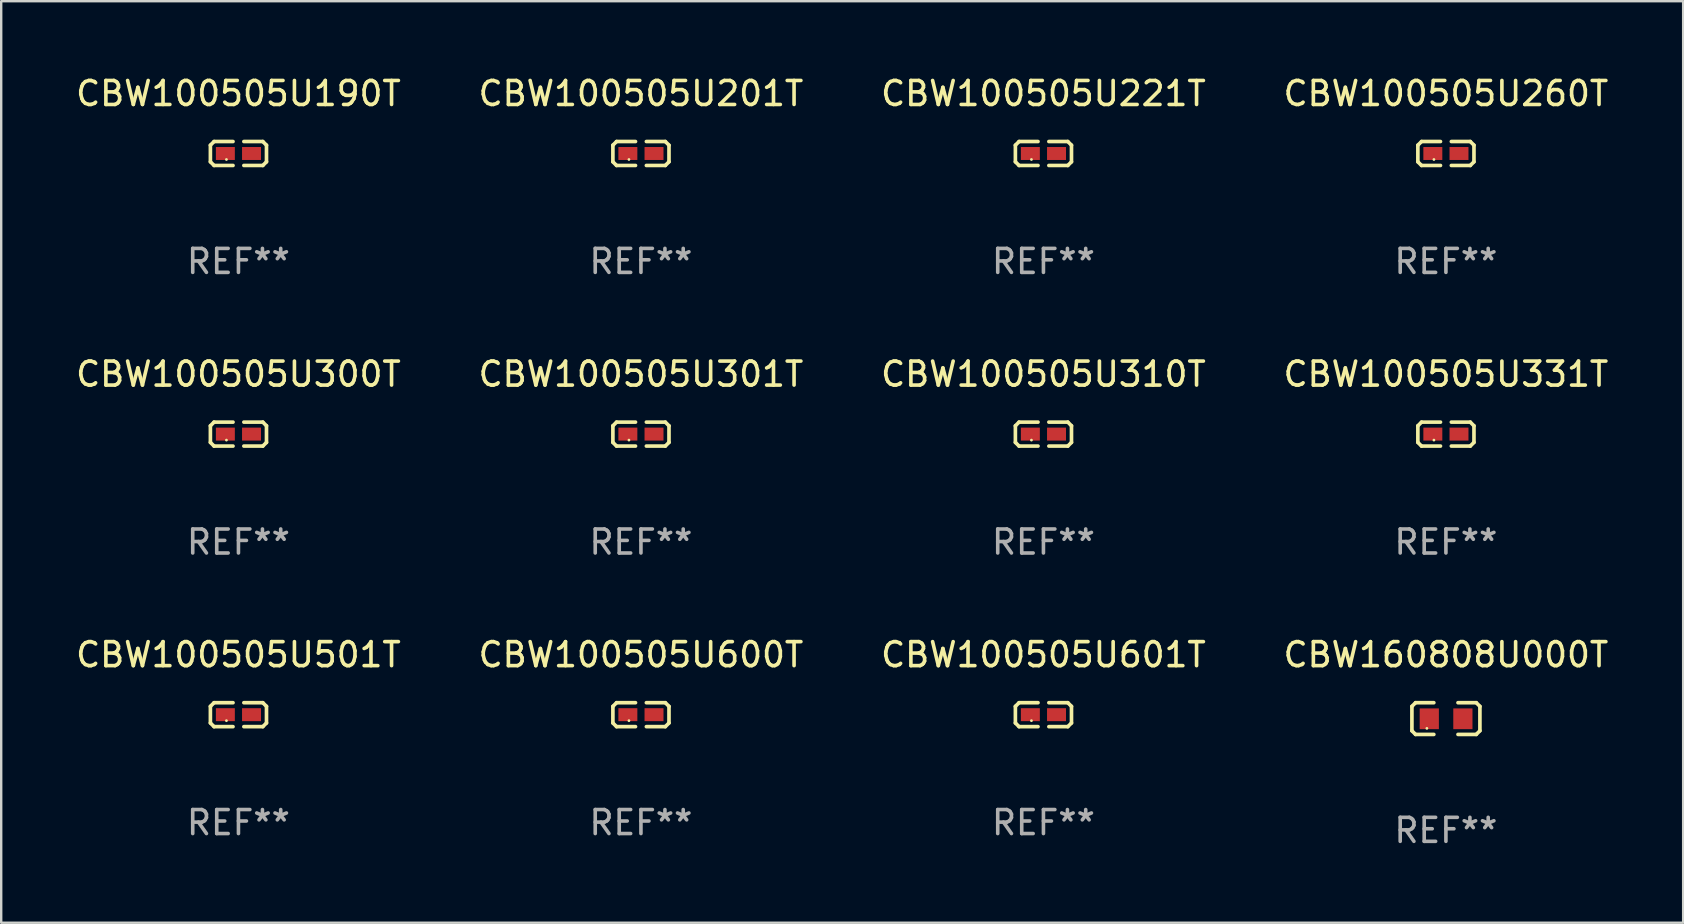
<source format=kicad_pcb>
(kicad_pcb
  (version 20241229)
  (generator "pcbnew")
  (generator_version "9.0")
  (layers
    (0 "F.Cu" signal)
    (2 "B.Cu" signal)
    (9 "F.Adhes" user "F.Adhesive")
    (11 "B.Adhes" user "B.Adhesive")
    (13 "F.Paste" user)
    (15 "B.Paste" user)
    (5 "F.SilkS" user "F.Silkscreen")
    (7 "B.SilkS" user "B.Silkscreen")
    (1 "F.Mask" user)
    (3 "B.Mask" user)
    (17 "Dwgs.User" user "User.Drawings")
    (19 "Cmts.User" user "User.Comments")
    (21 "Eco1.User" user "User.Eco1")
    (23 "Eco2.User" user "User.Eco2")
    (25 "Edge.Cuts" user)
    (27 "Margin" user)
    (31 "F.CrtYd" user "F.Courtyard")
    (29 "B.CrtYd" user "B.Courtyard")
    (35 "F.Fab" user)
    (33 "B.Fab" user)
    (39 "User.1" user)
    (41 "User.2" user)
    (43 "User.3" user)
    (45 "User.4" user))
  (footprint "CBW100505U310T"
    (layer "F.Cu")
    (at 40.435 15.041)
    (property "Reference" "CBW100505U310T" (at 0 -2.499 0) (layer "F.SilkS") (effects (font (size 1 1) (thickness 0.15))))
    (attr through_hole)
    (fp_line (start -1.169 -0.346) (end -1.016 -0.499) (stroke (width 0.152) (type solid)) (layer "F.SilkS"))
    (fp_line (start -1.169 0.346) (end -1.169 -0.346) (stroke (width 0.152) (type solid)) (layer "F.SilkS"))
    (fp_line (start -1.016 -0.499) (end -0.226 -0.499) (stroke (width 0.152) (type solid)) (layer "F.SilkS"))
    (fp_line (start -1.016 0.499) (end -1.169 0.346) (stroke (width 0.152) (type solid)) (layer "F.SilkS"))
    (fp_line (start -0.226 0.499) (end -1.016 0.499) (stroke (width 0.152) (type solid)) (layer "F.SilkS"))
    (fp_line (start 0.226 0.499) (end 1.016 0.499) (stroke (width 0.152) (type solid)) (layer "F.SilkS"))
    (fp_line (start 1.016 -0.499) (end 0.226 -0.499) (stroke (width 0.152) (type solid)) (layer "F.SilkS"))
    (fp_line (start 1.016 0.499) (end 1.169 0.346) (stroke (width 0.152) (type solid)) (layer "F.SilkS"))
    (fp_line (start 1.169 -0.346) (end 1.016 -0.499) (stroke (width 0.152) (type solid)) (layer "F.SilkS"))
    (fp_line (start 1.169 0.346) (end 1.169 -0.346) (stroke (width 0.152) (type solid)) (layer "F.SilkS"))
    (fp_circle (center -0.5 0.25) (end -0.47 0.25) (stroke (width 0.06) (type solid)) (fill no) (layer "F.SilkS"))
    (fp_text user "REF**" (at 0 4.499 0) (layer "F.Fab") (effects (font (size 1 1) (thickness 0.15))))
    (pad "1" smd rect (at -0.545 0) (size 0.79 0.54) (layers "F.Cu" "F.Mask" "F.Paste"))
    (pad "2" smd rect (at 0.545 0) (size 0.79 0.54) (layers "F.Cu" "F.Mask" "F.Paste")))
  (footprint "CBW100505U331T"
    (layer "F.Cu")
    (at 57.208 15.041)
    (property "Reference" "CBW100505U331T" (at 0 -2.499 0) (layer "F.SilkS") (effects (font (size 1 1) (thickness 0.15))))
    (attr through_hole)
    (fp_line (start -1.169 -0.346) (end -1.016 -0.499) (stroke (width 0.152) (type solid)) (layer "F.SilkS"))
    (fp_line (start -1.169 0.346) (end -1.169 -0.346) (stroke (width 0.152) (type solid)) (layer "F.SilkS"))
    (fp_line (start -1.016 -0.499) (end -0.226 -0.499) (stroke (width 0.152) (type solid)) (layer "F.SilkS"))
    (fp_line (start -1.016 0.499) (end -1.169 0.346) (stroke (width 0.152) (type solid)) (layer "F.SilkS"))
    (fp_line (start -0.226 0.499) (end -1.016 0.499) (stroke (width 0.152) (type solid)) (layer "F.SilkS"))
    (fp_line (start 0.226 0.499) (end 1.016 0.499) (stroke (width 0.152) (type solid)) (layer "F.SilkS"))
    (fp_line (start 1.016 -0.499) (end 0.226 -0.499) (stroke (width 0.152) (type solid)) (layer "F.SilkS"))
    (fp_line (start 1.016 0.499) (end 1.169 0.346) (stroke (width 0.152) (type solid)) (layer "F.SilkS"))
    (fp_line (start 1.169 -0.346) (end 1.016 -0.499) (stroke (width 0.152) (type solid)) (layer "F.SilkS"))
    (fp_line (start 1.169 0.346) (end 1.169 -0.346) (stroke (width 0.152) (type solid)) (layer "F.SilkS"))
    (fp_circle (center -0.5 0.25) (end -0.47 0.25) (stroke (width 0.06) (type solid)) (fill no) (layer "F.SilkS"))
    (fp_text user "REF**" (at 0 4.499 0) (layer "F.Fab") (effects (font (size 1 1) (thickness 0.15))))
    (pad "1" smd rect (at -0.545 0) (size 0.79 0.54) (layers "F.Cu" "F.Mask" "F.Paste"))
    (pad "2" smd rect (at 0.545 0) (size 0.79 0.54) (layers "F.Cu" "F.Mask" "F.Paste")))
  (footprint "CBW100505U201T"
    (layer "F.Cu")
    (at 23.661 3.347)
    (property "Reference" "CBW100505U201T" (at 0 -2.499 0) (layer "F.SilkS") (effects (font (size 1 1) (thickness 0.15))))
    (attr through_hole)
    (fp_line (start -1.169 -0.346) (end -1.016 -0.499) (stroke (width 0.152) (type solid)) (layer "F.SilkS"))
    (fp_line (start -1.169 0.346) (end -1.169 -0.346) (stroke (width 0.152) (type solid)) (layer "F.SilkS"))
    (fp_line (start -1.016 -0.499) (end -0.226 -0.499) (stroke (width 0.152) (type solid)) (layer "F.SilkS"))
    (fp_line (start -1.016 0.499) (end -1.169 0.346) (stroke (width 0.152) (type solid)) (layer "F.SilkS"))
    (fp_line (start -0.226 0.499) (end -1.016 0.499) (stroke (width 0.152) (type solid)) (layer "F.SilkS"))
    (fp_line (start 0.226 0.499) (end 1.016 0.499) (stroke (width 0.152) (type solid)) (layer "F.SilkS"))
    (fp_line (start 1.016 -0.499) (end 0.226 -0.499) (stroke (width 0.152) (type solid)) (layer "F.SilkS"))
    (fp_line (start 1.016 0.499) (end 1.169 0.346) (stroke (width 0.152) (type solid)) (layer "F.SilkS"))
    (fp_line (start 1.169 -0.346) (end 1.016 -0.499) (stroke (width 0.152) (type solid)) (layer "F.SilkS"))
    (fp_line (start 1.169 0.346) (end 1.169 -0.346) (stroke (width 0.152) (type solid)) (layer "F.SilkS"))
    (fp_circle (center -0.5 0.25) (end -0.47 0.25) (stroke (width 0.06) (type solid)) (fill no) (layer "F.SilkS"))
    (fp_text user "REF**" (at 0 4.499 0) (layer "F.Fab") (effects (font (size 1 1) (thickness 0.15))))
    (pad "1" smd rect (at -0.545 0) (size 0.79 0.54) (layers "F.Cu" "F.Mask" "F.Paste"))
    (pad "2" smd rect (at 0.545 0) (size 0.79 0.54) (layers "F.Cu" "F.Mask" "F.Paste")))
  (footprint "CBW100505U300T"
    (layer "F.Cu")
    (at 6.887 15.041)
    (property "Reference" "CBW100505U300T" (at 0 -2.499 0) (layer "F.SilkS") (effects (font (size 1 1) (thickness 0.15))))
    (attr through_hole)
    (fp_line (start -1.169 -0.346) (end -1.016 -0.499) (stroke (width 0.152) (type solid)) (layer "F.SilkS"))
    (fp_line (start -1.169 0.346) (end -1.169 -0.346) (stroke (width 0.152) (type solid)) (layer "F.SilkS"))
    (fp_line (start -1.016 -0.499) (end -0.226 -0.499) (stroke (width 0.152) (type solid)) (layer "F.SilkS"))
    (fp_line (start -1.016 0.499) (end -1.169 0.346) (stroke (width 0.152) (type solid)) (layer "F.SilkS"))
    (fp_line (start -0.226 0.499) (end -1.016 0.499) (stroke (width 0.152) (type solid)) (layer "F.SilkS"))
    (fp_line (start 0.226 0.499) (end 1.016 0.499) (stroke (width 0.152) (type solid)) (layer "F.SilkS"))
    (fp_line (start 1.016 -0.499) (end 0.226 -0.499) (stroke (width 0.152) (type solid)) (layer "F.SilkS"))
    (fp_line (start 1.016 0.499) (end 1.169 0.346) (stroke (width 0.152) (type solid)) (layer "F.SilkS"))
    (fp_line (start 1.169 -0.346) (end 1.016 -0.499) (stroke (width 0.152) (type solid)) (layer "F.SilkS"))
    (fp_line (start 1.169 0.346) (end 1.169 -0.346) (stroke (width 0.152) (type solid)) (layer "F.SilkS"))
    (fp_circle (center -0.5 0.25) (end -0.47 0.25) (stroke (width 0.06) (type solid)) (fill no) (layer "F.SilkS"))
    (fp_text user "REF**" (at 0 4.499 0) (layer "F.Fab") (effects (font (size 1 1) (thickness 0.15))))
    (pad "1" smd rect (at -0.545 0) (size 0.79 0.54) (layers "F.Cu" "F.Mask" "F.Paste"))
    (pad "2" smd rect (at 0.545 0) (size 0.79 0.54) (layers "F.Cu" "F.Mask" "F.Paste")))
  (footprint "CBW100505U260T"
    (layer "F.Cu")
    (at 57.208 3.347)
    (property "Reference" "CBW100505U260T" (at 0 -2.499 0) (layer "F.SilkS") (effects (font (size 1 1) (thickness 0.15))))
    (attr through_hole)
    (fp_line (start -1.169 -0.346) (end -1.016 -0.499) (stroke (width 0.152) (type solid)) (layer "F.SilkS"))
    (fp_line (start -1.169 0.346) (end -1.169 -0.346) (stroke (width 0.152) (type solid)) (layer "F.SilkS"))
    (fp_line (start -1.016 -0.499) (end -0.226 -0.499) (stroke (width 0.152) (type solid)) (layer "F.SilkS"))
    (fp_line (start -1.016 0.499) (end -1.169 0.346) (stroke (width 0.152) (type solid)) (layer "F.SilkS"))
    (fp_line (start -0.226 0.499) (end -1.016 0.499) (stroke (width 0.152) (type solid)) (layer "F.SilkS"))
    (fp_line (start 0.226 0.499) (end 1.016 0.499) (stroke (width 0.152) (type solid)) (layer "F.SilkS"))
    (fp_line (start 1.016 -0.499) (end 0.226 -0.499) (stroke (width 0.152) (type solid)) (layer "F.SilkS"))
    (fp_line (start 1.016 0.499) (end 1.169 0.346) (stroke (width 0.152) (type solid)) (layer "F.SilkS"))
    (fp_line (start 1.169 -0.346) (end 1.016 -0.499) (stroke (width 0.152) (type solid)) (layer "F.SilkS"))
    (fp_line (start 1.169 0.346) (end 1.169 -0.346) (stroke (width 0.152) (type solid)) (layer "F.SilkS"))
    (fp_circle (center -0.5 0.25) (end -0.47 0.25) (stroke (width 0.06) (type solid)) (fill no) (layer "F.SilkS"))
    (fp_text user "REF**" (at 0 4.499 0) (layer "F.Fab") (effects (font (size 1 1) (thickness 0.15))))
    (pad "1" smd rect (at -0.545 0) (size 0.79 0.54) (layers "F.Cu" "F.Mask" "F.Paste"))
    (pad "2" smd rect (at 0.545 0) (size 0.79 0.54) (layers "F.Cu" "F.Mask" "F.Paste")))
  (footprint "CBW100505U190T"
    (layer "F.Cu")
    (at 6.887 3.347)
    (property "Reference" "CBW100505U190T" (at 0 -2.499 0) (layer "F.SilkS") (effects (font (size 1 1) (thickness 0.15))))
    (attr through_hole)
    (fp_line (start -1.169 -0.346) (end -1.016 -0.499) (stroke (width 0.152) (type solid)) (layer "F.SilkS"))
    (fp_line (start -1.169 0.346) (end -1.169 -0.346) (stroke (width 0.152) (type solid)) (layer "F.SilkS"))
    (fp_line (start -1.016 -0.499) (end -0.226 -0.499) (stroke (width 0.152) (type solid)) (layer "F.SilkS"))
    (fp_line (start -1.016 0.499) (end -1.169 0.346) (stroke (width 0.152) (type solid)) (layer "F.SilkS"))
    (fp_line (start -0.226 0.499) (end -1.016 0.499) (stroke (width 0.152) (type solid)) (layer "F.SilkS"))
    (fp_line (start 0.226 0.499) (end 1.016 0.499) (stroke (width 0.152) (type solid)) (layer "F.SilkS"))
    (fp_line (start 1.016 -0.499) (end 0.226 -0.499) (stroke (width 0.152) (type solid)) (layer "F.SilkS"))
    (fp_line (start 1.016 0.499) (end 1.169 0.346) (stroke (width 0.152) (type solid)) (layer "F.SilkS"))
    (fp_line (start 1.169 -0.346) (end 1.016 -0.499) (stroke (width 0.152) (type solid)) (layer "F.SilkS"))
    (fp_line (start 1.169 0.346) (end 1.169 -0.346) (stroke (width 0.152) (type solid)) (layer "F.SilkS"))
    (fp_circle (center -0.5 0.25) (end -0.47 0.25) (stroke (width 0.06) (type solid)) (fill no) (layer "F.SilkS"))
    (fp_text user "REF**" (at 0 4.499 0) (layer "F.Fab") (effects (font (size 1 1) (thickness 0.15))))
    (pad "1" smd rect (at -0.545 0) (size 0.79 0.54) (layers "F.Cu" "F.Mask" "F.Paste"))
    (pad "2" smd rect (at 0.545 0) (size 0.79 0.54) (layers "F.Cu" "F.Mask" "F.Paste")))
  (footprint "CBW100505U601T"
    (layer "F.Cu")
    (at 40.435 26.734)
    (property "Reference" "CBW100505U601T" (at 0 -2.499 0) (layer "F.SilkS") (effects (font (size 1 1) (thickness 0.15))))
    (attr through_hole)
    (fp_line (start -1.169 -0.346) (end -1.016 -0.499) (stroke (width 0.152) (type solid)) (layer "F.SilkS"))
    (fp_line (start -1.169 0.346) (end -1.169 -0.346) (stroke (width 0.152) (type solid)) (layer "F.SilkS"))
    (fp_line (start -1.016 -0.499) (end -0.226 -0.499) (stroke (width 0.152) (type solid)) (layer "F.SilkS"))
    (fp_line (start -1.016 0.499) (end -1.169 0.346) (stroke (width 0.152) (type solid)) (layer "F.SilkS"))
    (fp_line (start -0.226 0.499) (end -1.016 0.499) (stroke (width 0.152) (type solid)) (layer "F.SilkS"))
    (fp_line (start 0.226 0.499) (end 1.016 0.499) (stroke (width 0.152) (type solid)) (layer "F.SilkS"))
    (fp_line (start 1.016 -0.499) (end 0.226 -0.499) (stroke (width 0.152) (type solid)) (layer "F.SilkS"))
    (fp_line (start 1.016 0.499) (end 1.169 0.346) (stroke (width 0.152) (type solid)) (layer "F.SilkS"))
    (fp_line (start 1.169 -0.346) (end 1.016 -0.499) (stroke (width 0.152) (type solid)) (layer "F.SilkS"))
    (fp_line (start 1.169 0.346) (end 1.169 -0.346) (stroke (width 0.152) (type solid)) (layer "F.SilkS"))
    (fp_circle (center -0.5 0.25) (end -0.47 0.25) (stroke (width 0.06) (type solid)) (fill no) (layer "F.SilkS"))
    (fp_text user "REF**" (at 0 4.499 0) (layer "F.Fab") (effects (font (size 1 1) (thickness 0.15))))
    (pad "1" smd rect (at -0.545 0) (size 0.79 0.54) (layers "F.Cu" "F.Mask" "F.Paste"))
    (pad "2" smd rect (at 0.545 0) (size 0.79 0.54) (layers "F.Cu" "F.Mask" "F.Paste")))
  (footprint "CBW100505U301T"
    (layer "F.Cu")
    (at 23.661 15.041)
    (property "Reference" "CBW100505U301T" (at 0 -2.499 0) (layer "F.SilkS") (effects (font (size 1 1) (thickness 0.15))))
    (attr through_hole)
    (fp_line (start -1.169 -0.346) (end -1.016 -0.499) (stroke (width 0.152) (type solid)) (layer "F.SilkS"))
    (fp_line (start -1.169 0.346) (end -1.169 -0.346) (stroke (width 0.152) (type solid)) (layer "F.SilkS"))
    (fp_line (start -1.016 -0.499) (end -0.226 -0.499) (stroke (width 0.152) (type solid)) (layer "F.SilkS"))
    (fp_line (start -1.016 0.499) (end -1.169 0.346) (stroke (width 0.152) (type solid)) (layer "F.SilkS"))
    (fp_line (start -0.226 0.499) (end -1.016 0.499) (stroke (width 0.152) (type solid)) (layer "F.SilkS"))
    (fp_line (start 0.226 0.499) (end 1.016 0.499) (stroke (width 0.152) (type solid)) (layer "F.SilkS"))
    (fp_line (start 1.016 -0.499) (end 0.226 -0.499) (stroke (width 0.152) (type solid)) (layer "F.SilkS"))
    (fp_line (start 1.016 0.499) (end 1.169 0.346) (stroke (width 0.152) (type solid)) (layer "F.SilkS"))
    (fp_line (start 1.169 -0.346) (end 1.016 -0.499) (stroke (width 0.152) (type solid)) (layer "F.SilkS"))
    (fp_line (start 1.169 0.346) (end 1.169 -0.346) (stroke (width 0.152) (type solid)) (layer "F.SilkS"))
    (fp_circle (center -0.5 0.25) (end -0.47 0.25) (stroke (width 0.06) (type solid)) (fill no) (layer "F.SilkS"))
    (fp_text user "REF**" (at 0 4.499 0) (layer "F.Fab") (effects (font (size 1 1) (thickness 0.15))))
    (pad "1" smd rect (at -0.545 0) (size 0.79 0.54) (layers "F.Cu" "F.Mask" "F.Paste"))
    (pad "2" smd rect (at 0.545 0) (size 0.79 0.54) (layers "F.Cu" "F.Mask" "F.Paste")))
  (footprint "CBW160808U000T"
    (layer "F.Cu")
    (at 57.208 26.896)
    (property "Reference" "CBW160808U000T" (at 0 -2.661 0) (layer "F.SilkS") (effects (font (size 1 1) (thickness 0.15))))
    (attr through_hole)
    (fp_line (start -1.417 -0.508) (end -1.265 -0.661) (stroke (width 0.152) (type solid)) (layer "F.SilkS"))
    (fp_line (start -1.417 0.508) (end -1.417 -0.508) (stroke (width 0.152) (type solid)) (layer "F.SilkS"))
    (fp_line (start -1.265 -0.661) (end -0.503 -0.661) (stroke (width 0.152) (type solid)) (layer "F.SilkS"))
    (fp_line (start -1.265 0.661) (end -1.417 0.508) (stroke (width 0.152) (type solid)) (layer "F.SilkS"))
    (fp_line (start -1.265 0.661) (end -0.503 0.661) (stroke (width 0.152) (type solid)) (layer "F.SilkS"))
    (fp_line (start 1.265 -0.661) (end 0.503 -0.661) (stroke (width 0.152) (type solid)) (layer "F.SilkS"))
    (fp_line (start 1.265 -0.661) (end 1.417 -0.508) (stroke (width 0.152) (type solid)) (layer "F.SilkS"))
    (fp_line (start 1.265 0.661) (end 0.503 0.661) (stroke (width 0.152) (type solid)) (layer "F.SilkS"))
    (fp_line (start 1.417 -0.508) (end 1.417 0.508) (stroke (width 0.152) (type solid)) (layer "F.SilkS"))
    (fp_line (start 1.417 0.508) (end 1.265 0.661) (stroke (width 0.152) (type solid)) (layer "F.SilkS"))
    (fp_circle (center -0.793 0.409) (end -0.763 0.409) (stroke (width 0.06) (type solid)) (fill no) (layer "F.SilkS"))
    (fp_text user "REF**" (at 0 4.661 0) (layer "F.Fab") (effects (font (size 1 1) (thickness 0.15))))
    (pad "1" smd rect (at -0.693 0.009 180) (size 0.8 0.864) (layers "F.Cu" "F.Mask" "F.Paste"))
    (pad "2" smd rect (at 0.707 0.009 180) (size 0.8 0.864) (layers "F.Cu" "F.Mask" "F.Paste")))
  (footprint "CBW100505U221T"
    (layer "F.Cu")
    (at 40.435 3.347)
    (property "Reference" "CBW100505U221T" (at 0 -2.499 0) (layer "F.SilkS") (effects (font (size 1 1) (thickness 0.15))))
    (attr through_hole)
    (fp_line (start -1.169 -0.346) (end -1.016 -0.499) (stroke (width 0.152) (type solid)) (layer "F.SilkS"))
    (fp_line (start -1.169 0.346) (end -1.169 -0.346) (stroke (width 0.152) (type solid)) (layer "F.SilkS"))
    (fp_line (start -1.016 -0.499) (end -0.226 -0.499) (stroke (width 0.152) (type solid)) (layer "F.SilkS"))
    (fp_line (start -1.016 0.499) (end -1.169 0.346) (stroke (width 0.152) (type solid)) (layer "F.SilkS"))
    (fp_line (start -0.226 0.499) (end -1.016 0.499) (stroke (width 0.152) (type solid)) (layer "F.SilkS"))
    (fp_line (start 0.226 0.499) (end 1.016 0.499) (stroke (width 0.152) (type solid)) (layer "F.SilkS"))
    (fp_line (start 1.016 -0.499) (end 0.226 -0.499) (stroke (width 0.152) (type solid)) (layer "F.SilkS"))
    (fp_line (start 1.016 0.499) (end 1.169 0.346) (stroke (width 0.152) (type solid)) (layer "F.SilkS"))
    (fp_line (start 1.169 -0.346) (end 1.016 -0.499) (stroke (width 0.152) (type solid)) (layer "F.SilkS"))
    (fp_line (start 1.169 0.346) (end 1.169 -0.346) (stroke (width 0.152) (type solid)) (layer "F.SilkS"))
    (fp_circle (center -0.5 0.25) (end -0.47 0.25) (stroke (width 0.06) (type solid)) (fill no) (layer "F.SilkS"))
    (fp_text user "REF**" (at 0 4.499 0) (layer "F.Fab") (effects (font (size 1 1) (thickness 0.15))))
    (pad "1" smd rect (at -0.545 0) (size 0.79 0.54) (layers "F.Cu" "F.Mask" "F.Paste"))
    (pad "2" smd rect (at 0.545 0) (size 0.79 0.54) (layers "F.Cu" "F.Mask" "F.Paste")))
  (footprint "CBW100505U600T"
    (layer "F.Cu")
    (at 23.661 26.734)
    (property "Reference" "CBW100505U600T" (at 0 -2.499 0) (layer "F.SilkS") (effects (font (size 1 1) (thickness 0.15))))
    (attr through_hole)
    (fp_line (start -1.169 -0.346) (end -1.016 -0.499) (stroke (width 0.152) (type solid)) (layer "F.SilkS"))
    (fp_line (start -1.169 0.346) (end -1.169 -0.346) (stroke (width 0.152) (type solid)) (layer "F.SilkS"))
    (fp_line (start -1.016 -0.499) (end -0.226 -0.499) (stroke (width 0.152) (type solid)) (layer "F.SilkS"))
    (fp_line (start -1.016 0.499) (end -1.169 0.346) (stroke (width 0.152) (type solid)) (layer "F.SilkS"))
    (fp_line (start -0.226 0.499) (end -1.016 0.499) (stroke (width 0.152) (type solid)) (layer "F.SilkS"))
    (fp_line (start 0.226 0.499) (end 1.016 0.499) (stroke (width 0.152) (type solid)) (layer "F.SilkS"))
    (fp_line (start 1.016 -0.499) (end 0.226 -0.499) (stroke (width 0.152) (type solid)) (layer "F.SilkS"))
    (fp_line (start 1.016 0.499) (end 1.169 0.346) (stroke (width 0.152) (type solid)) (layer "F.SilkS"))
    (fp_line (start 1.169 -0.346) (end 1.016 -0.499) (stroke (width 0.152) (type solid)) (layer "F.SilkS"))
    (fp_line (start 1.169 0.346) (end 1.169 -0.346) (stroke (width 0.152) (type solid)) (layer "F.SilkS"))
    (fp_circle (center -0.5 0.25) (end -0.47 0.25) (stroke (width 0.06) (type solid)) (fill no) (layer "F.SilkS"))
    (fp_text user "REF**" (at 0 4.499 0) (layer "F.Fab") (effects (font (size 1 1) (thickness 0.15))))
    (pad "1" smd rect (at -0.545 0) (size 0.79 0.54) (layers "F.Cu" "F.Mask" "F.Paste"))
    (pad "2" smd rect (at 0.545 0) (size 0.79 0.54) (layers "F.Cu" "F.Mask" "F.Paste")))
  (footprint "CBW100505U501T"
    (layer "F.Cu")
    (at 6.887 26.734)
    (property "Reference" "CBW100505U501T" (at 0 -2.499 0) (layer "F.SilkS") (effects (font (size 1 1) (thickness 0.15))))
    (attr through_hole)
    (fp_line (start -1.169 -0.346) (end -1.016 -0.499) (stroke (width 0.152) (type solid)) (layer "F.SilkS"))
    (fp_line (start -1.169 0.346) (end -1.169 -0.346) (stroke (width 0.152) (type solid)) (layer "F.SilkS"))
    (fp_line (start -1.016 -0.499) (end -0.226 -0.499) (stroke (width 0.152) (type solid)) (layer "F.SilkS"))
    (fp_line (start -1.016 0.499) (end -1.169 0.346) (stroke (width 0.152) (type solid)) (layer "F.SilkS"))
    (fp_line (start -0.226 0.499) (end -1.016 0.499) (stroke (width 0.152) (type solid)) (layer "F.SilkS"))
    (fp_line (start 0.226 0.499) (end 1.016 0.499) (stroke (width 0.152) (type solid)) (layer "F.SilkS"))
    (fp_line (start 1.016 -0.499) (end 0.226 -0.499) (stroke (width 0.152) (type solid)) (layer "F.SilkS"))
    (fp_line (start 1.016 0.499) (end 1.169 0.346) (stroke (width 0.152) (type solid)) (layer "F.SilkS"))
    (fp_line (start 1.169 -0.346) (end 1.016 -0.499) (stroke (width 0.152) (type solid)) (layer "F.SilkS"))
    (fp_line (start 1.169 0.346) (end 1.169 -0.346) (stroke (width 0.152) (type solid)) (layer "F.SilkS"))
    (fp_circle (center -0.5 0.25) (end -0.47 0.25) (stroke (width 0.06) (type solid)) (fill no) (layer "F.SilkS"))
    (fp_text user "REF**" (at 0 4.499 0) (layer "F.Fab") (effects (font (size 1 1) (thickness 0.15))))
    (pad "1" smd rect (at -0.545 0) (size 0.79 0.54) (layers "F.Cu" "F.Mask" "F.Paste"))
    (pad "2" smd rect (at 0.545 0) (size 0.79 0.54) (layers "F.Cu" "F.Mask" "F.Paste")))
  (gr_rect
    (start -3 -3)
    (end 67.095 35.405)
    (stroke (width 0.1) (type default))
    (fill no)
    (layer "Edge.Cuts")))
</source>
